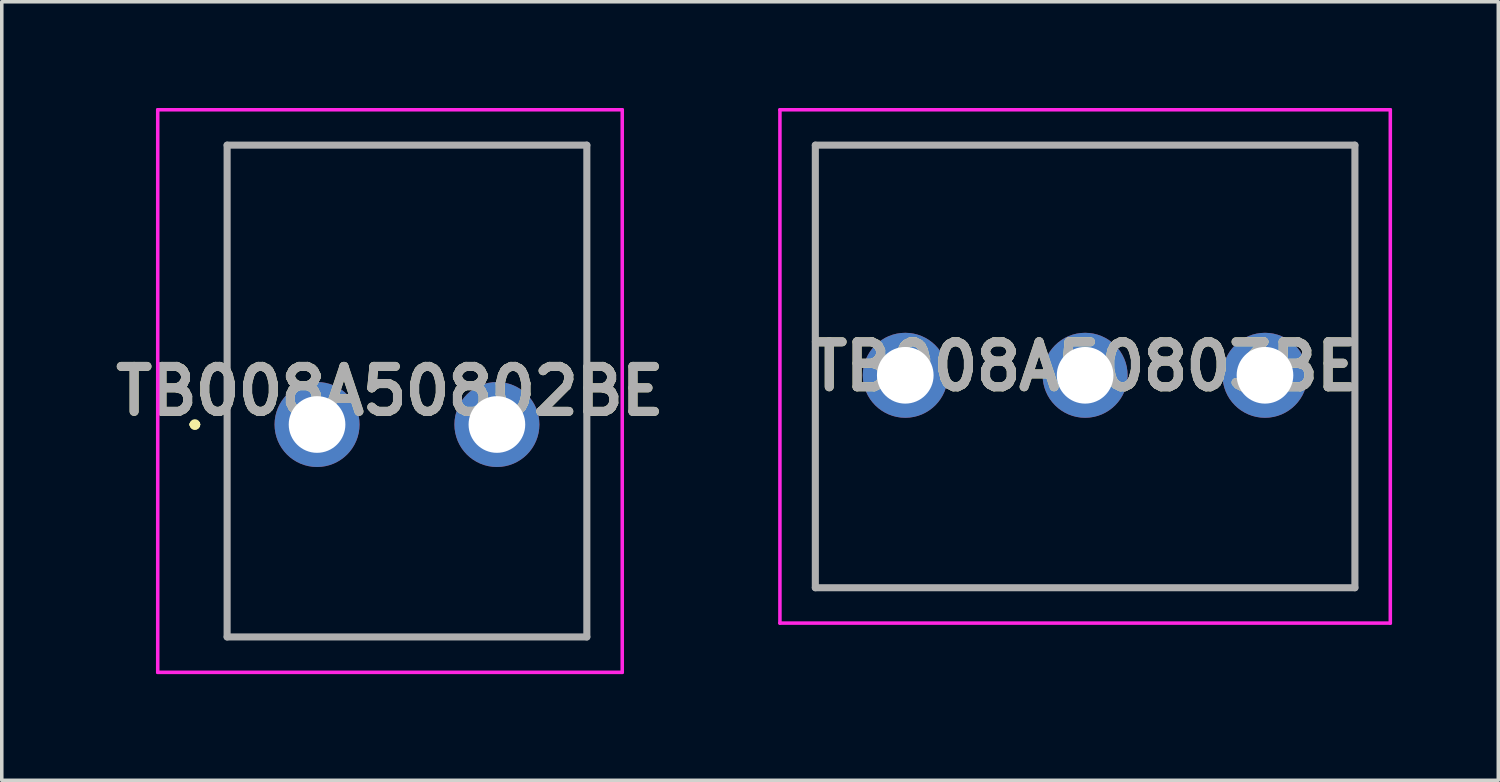
<source format=kicad_pcb>
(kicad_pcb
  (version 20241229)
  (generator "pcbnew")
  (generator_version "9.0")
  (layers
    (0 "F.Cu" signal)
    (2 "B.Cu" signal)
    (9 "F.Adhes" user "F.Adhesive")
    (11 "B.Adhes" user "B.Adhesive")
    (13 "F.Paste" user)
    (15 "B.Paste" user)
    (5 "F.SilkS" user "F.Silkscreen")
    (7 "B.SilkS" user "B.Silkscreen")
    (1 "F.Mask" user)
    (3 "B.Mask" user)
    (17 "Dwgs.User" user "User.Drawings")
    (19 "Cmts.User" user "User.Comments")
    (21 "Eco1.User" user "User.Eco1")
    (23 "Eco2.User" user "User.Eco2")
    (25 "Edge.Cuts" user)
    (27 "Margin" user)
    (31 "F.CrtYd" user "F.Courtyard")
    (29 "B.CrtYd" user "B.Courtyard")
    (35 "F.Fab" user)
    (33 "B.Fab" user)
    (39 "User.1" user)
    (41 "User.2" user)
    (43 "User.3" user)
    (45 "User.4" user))
  (footprint "TB008A50803BE"
    (layer "F.Cu")
    (at 22.519 7.55)
    (property "Reference" "TB008A50803BE" (at 5.08 -0.25 0) (layer "F.SilkS") (effects (font (size 1.27 1.27) (thickness 0.254))))
    (attr through_hole)
    (fp_line (start -2.54 -6.5) (end 12.7 -6.5) (stroke (width 0.1) (type solid)) (layer "F.SilkS"))
    (fp_line (start -2.54 6) (end -2.54 -6.5) (stroke (width 0.1) (type solid)) (layer "F.SilkS"))
    (fp_line (start 12.7 -6.5) (end 12.7 6) (stroke (width 0.1) (type solid)) (layer "F.SilkS"))
    (fp_line (start 12.7 6) (end -2.54 6) (stroke (width 0.1) (type solid)) (layer "F.SilkS"))
    (fp_line (start -3.54 -7.5) (end 13.7 -7.5) (stroke (width 0.1) (type solid)) (layer "F.CrtYd"))
    (fp_line (start -3.54 7) (end -3.54 -7.5) (stroke (width 0.1) (type solid)) (layer "F.CrtYd"))
    (fp_line (start 13.7 -7.5) (end 13.7 7) (stroke (width 0.1) (type solid)) (layer "F.CrtYd"))
    (fp_line (start 13.7 7) (end -3.54 7) (stroke (width 0.1) (type solid)) (layer "F.CrtYd"))
    (fp_line (start -2.54 -6.5) (end 12.7 -6.5) (stroke (width 0.2) (type solid)) (layer "F.Fab"))
    (fp_line (start -2.54 6) (end -2.54 -6.5) (stroke (width 0.2) (type solid)) (layer "F.Fab"))
    (fp_line (start 12.7 -6.5) (end 12.7 6) (stroke (width 0.2) (type solid)) (layer "F.Fab"))
    (fp_line (start 12.7 6) (end -2.54 6) (stroke (width 0.2) (type solid)) (layer "F.Fab"))
    (fp_text user "${REFERENCE}" (at 5.08 -0.25 0) (layer "F.Fab") (effects (font (size 1.27 1.27) (thickness 0.254))))
    (pad "1" thru_hole circle (at 0 0) (size 2.4 2.4) (drill 1.6) (layers "*.Cu" "*.Mask"))
    (pad "2" thru_hole circle (at 5.08 0) (size 2.4 2.4) (drill 1.6) (layers "*.Cu" "*.Mask"))
    (pad "3" thru_hole circle (at 10.16 0) (size 2.4 2.4) (drill 1.6) (layers "*.Cu" "*.Mask")))
  (footprint "TB008A50802BE"
    (layer "F.Cu")
    (at 5.905 8.94)
    (property "Reference" "TB008A50802BE" (at 2.06 -0.945 0) (layer "F.SilkS") (effects (font (size 1.27 1.27) (thickness 0.254))))
    (attr through_hole)
    (fp_line (start -3.5 0) (end -3.5 0) (stroke (width 0.2) (type solid)) (layer "F.SilkS"))
    (fp_line (start -3.5 0) (end -3.5 0) (stroke (width 0.2) (type solid)) (layer "F.SilkS"))
    (fp_line (start -3.4 0) (end -3.4 0) (stroke (width 0.2) (type solid)) (layer "F.SilkS"))
    (fp_line (start -2.54 -7.89) (end 7.62 -7.89) (stroke (width 0.1) (type solid)) (layer "F.SilkS"))
    (fp_line (start -2.54 6) (end -2.54 -7.89) (stroke (width 0.1) (type solid)) (layer "F.SilkS"))
    (fp_line (start 7.62 -7.89) (end 7.62 6) (stroke (width 0.1) (type solid)) (layer "F.SilkS"))
    (fp_line (start 7.62 6) (end -2.54 6) (stroke (width 0.1) (type solid)) (layer "F.SilkS"))
    (fp_arc (start -3.5 0) (mid -3.45 -0.05) (end -3.4 0) (stroke (width 0.2) (type solid)) (layer "F.SilkS"))
    (fp_arc (start -3.4 0) (mid -3.45 0.05) (end -3.5 0) (stroke (width 0.2) (type solid)) (layer "F.SilkS"))
    (fp_arc (start -3.4 0) (mid -3.45 0.05) (end -3.5 0) (stroke (width 0.2) (type solid)) (layer "F.SilkS"))
    (fp_line (start -4.5 -8.89) (end 8.62 -8.89) (stroke (width 0.1) (type solid)) (layer "F.CrtYd"))
    (fp_line (start -4.5 7) (end -4.5 -8.89) (stroke (width 0.1) (type solid)) (layer "F.CrtYd"))
    (fp_line (start 8.62 -8.89) (end 8.62 7) (stroke (width 0.1) (type solid)) (layer "F.CrtYd"))
    (fp_line (start 8.62 7) (end -4.5 7) (stroke (width 0.1) (type solid)) (layer "F.CrtYd"))
    (fp_line (start -2.54 -7.89) (end -2.54 6) (stroke (width 0.2) (type solid)) (layer "F.Fab"))
    (fp_line (start -2.54 6) (end 7.62 6) (stroke (width 0.2) (type solid)) (layer "F.Fab"))
    (fp_line (start 7.62 -7.89) (end -2.54 -7.89) (stroke (width 0.2) (type solid)) (layer "F.Fab"))
    (fp_line (start 7.62 6) (end 7.62 -7.89) (stroke (width 0.2) (type solid)) (layer "F.Fab"))
    (fp_text user "${REFERENCE}" (at 2.06 -0.945 0) (layer "F.Fab") (effects (font (size 1.27 1.27) (thickness 0.254))))
    (pad "1" thru_hole circle (at 0 0) (size 2.4 2.4) (drill 1.6) (layers "*.Cu" "*.Mask"))
    (pad "2" thru_hole circle (at 5.08 0) (size 2.4 2.4) (drill 1.6) (layers "*.Cu" "*.Mask")))
  (gr_rect
    (start -3 -3)
    (end 39.269 18.99)
    (stroke (width 0.1) (type default))
    (fill no)
    (layer "Edge.Cuts")))
</source>
